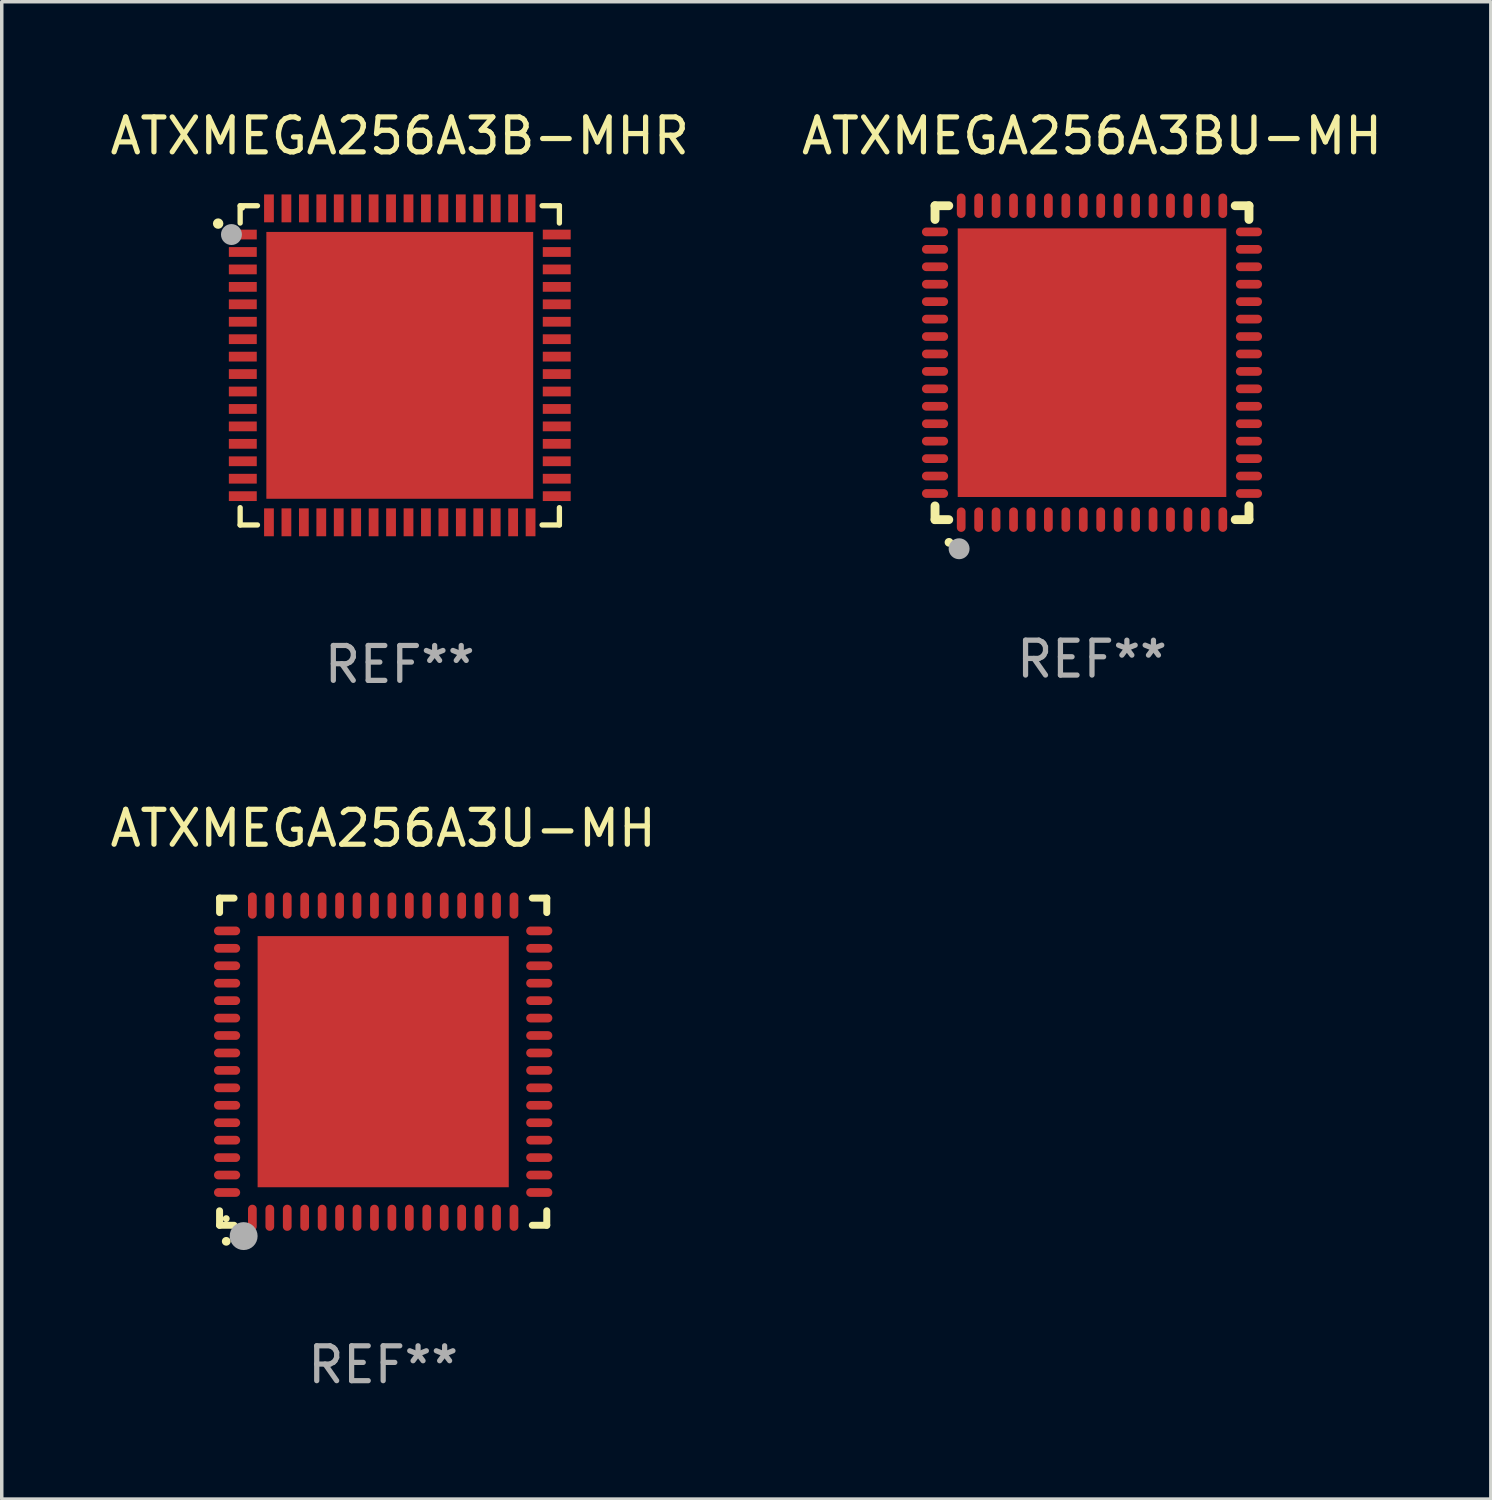
<source format=kicad_pcb>
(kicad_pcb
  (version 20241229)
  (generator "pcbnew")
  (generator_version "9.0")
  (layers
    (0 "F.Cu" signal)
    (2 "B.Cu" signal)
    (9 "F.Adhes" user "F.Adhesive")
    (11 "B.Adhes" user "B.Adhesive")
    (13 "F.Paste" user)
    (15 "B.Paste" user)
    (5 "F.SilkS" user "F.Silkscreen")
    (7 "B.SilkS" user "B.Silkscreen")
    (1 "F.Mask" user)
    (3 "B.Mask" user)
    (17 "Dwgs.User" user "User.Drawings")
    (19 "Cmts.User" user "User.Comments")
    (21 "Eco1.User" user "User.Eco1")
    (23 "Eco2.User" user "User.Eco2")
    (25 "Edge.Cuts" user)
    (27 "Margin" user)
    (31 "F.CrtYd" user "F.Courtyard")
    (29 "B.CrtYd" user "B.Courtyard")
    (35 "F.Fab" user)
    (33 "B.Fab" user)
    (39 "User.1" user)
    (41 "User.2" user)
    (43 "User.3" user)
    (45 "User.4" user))
  (footprint "ATXMEGA256A3B-MHR"
    (layer "F.Cu")
    (at 8.411 7.424)
    (property "Reference" "ATXMEGA256A3B-MHR" (at 0 -6.576 0) (layer "F.SilkS") (effects (font (size 1 1) (thickness 0.15))))
    (attr through_hole)
    (fp_line (start -4.576 -4.576) (end -4.576 -4.08) (stroke (width 0.152) (type solid)) (layer "F.SilkS"))
    (fp_line (start -4.576 4.576) (end -4.576 4.08) (stroke (width 0.152) (type solid)) (layer "F.SilkS"))
    (fp_line (start -4.08 -4.576) (end -4.576 -4.576) (stroke (width 0.152) (type solid)) (layer "F.SilkS"))
    (fp_line (start -4.08 4.576) (end -4.576 4.576) (stroke (width 0.152) (type solid)) (layer "F.SilkS"))
    (fp_line (start 4.08 -4.576) (end 4.576 -4.576) (stroke (width 0.152) (type solid)) (layer "F.SilkS"))
    (fp_line (start 4.08 4.576) (end 4.576 4.576) (stroke (width 0.152) (type solid)) (layer "F.SilkS"))
    (fp_line (start 4.576 -4.576) (end 4.576 -4.08) (stroke (width 0.152) (type solid)) (layer "F.SilkS"))
    (fp_line (start 4.576 4.576) (end 4.576 4.08) (stroke (width 0.152) (type solid)) (layer "F.SilkS"))
    (fp_circle (center -5.207 -4.064) (end -5.132 -4.064) (stroke (width 0.15) (type solid)) (fill no) (layer "F.SilkS"))
    (fp_circle (center -4.5 -4.5) (end -4.47 -4.5) (stroke (width 0.06) (type solid)) (fill no) (layer "F.SilkS"))
    (fp_circle (center -4.826 -3.75) (end -4.676 -3.75) (stroke (width 0.3) (type solid)) (fill no) (layer "F.Fab"))
    (fp_text user "REF**" (at 0 8.576 0) (layer "F.Fab") (effects (font (size 1 1) (thickness 0.15))))
    (pad "1" smd rect (at -4.5 -3.75) (size 0.8 0.28) (layers "F.Cu" "F.Mask" "F.Paste"))
    (pad "2" smd rect (at -4.5 -3.25) (size 0.8 0.28) (layers "F.Cu" "F.Mask" "F.Paste"))
    (pad "3" smd rect (at -4.5 -2.75) (size 0.8 0.28) (layers "F.Cu" "F.Mask" "F.Paste"))
    (pad "4" smd rect (at -4.5 -2.25) (size 0.8 0.28) (layers "F.Cu" "F.Mask" "F.Paste"))
    (pad "5" smd rect (at -4.5 -1.75) (size 0.8 0.28) (layers "F.Cu" "F.Mask" "F.Paste"))
    (pad "6" smd rect (at -4.5 -1.25) (size 0.8 0.28) (layers "F.Cu" "F.Mask" "F.Paste"))
    (pad "7" smd rect (at -4.5 -0.75) (size 0.8 0.28) (layers "F.Cu" "F.Mask" "F.Paste"))
    (pad "8" smd rect (at -4.5 -0.25) (size 0.8 0.28) (layers "F.Cu" "F.Mask" "F.Paste"))
    (pad "9" smd rect (at -4.5 0.25) (size 0.8 0.28) (layers "F.Cu" "F.Mask" "F.Paste"))
    (pad "10" smd rect (at -4.5 0.75) (size 0.8 0.28) (layers "F.Cu" "F.Mask" "F.Paste"))
    (pad "11" smd rect (at -4.5 1.25) (size 0.8 0.28) (layers "F.Cu" "F.Mask" "F.Paste"))
    (pad "12" smd rect (at -4.5 1.75) (size 0.8 0.28) (layers "F.Cu" "F.Mask" "F.Paste"))
    (pad "13" smd rect (at -4.5 2.25) (size 0.8 0.28) (layers "F.Cu" "F.Mask" "F.Paste"))
    (pad "14" smd rect (at -4.5 2.75) (size 0.8 0.28) (layers "F.Cu" "F.Mask" "F.Paste"))
    (pad "15" smd rect (at -4.5 3.25) (size 0.8 0.28) (layers "F.Cu" "F.Mask" "F.Paste"))
    (pad "16" smd rect (at -4.5 3.75) (size 0.8 0.28) (layers "F.Cu" "F.Mask" "F.Paste"))
    (pad "17" smd rect (at -3.75 4.5) (size 0.28 0.8) (layers "F.Cu" "F.Mask" "F.Paste"))
    (pad "18" smd rect (at -3.25 4.5) (size 0.28 0.8) (layers "F.Cu" "F.Mask" "F.Paste"))
    (pad "19" smd rect (at -2.75 4.5) (size 0.28 0.8) (layers "F.Cu" "F.Mask" "F.Paste"))
    (pad "20" smd rect (at -2.25 4.5) (size 0.28 0.8) (layers "F.Cu" "F.Mask" "F.Paste"))
    (pad "21" smd rect (at -1.75 4.5) (size 0.28 0.8) (layers "F.Cu" "F.Mask" "F.Paste"))
    (pad "22" smd rect (at -1.25 4.5) (size 0.28 0.8) (layers "F.Cu" "F.Mask" "F.Paste"))
    (pad "23" smd rect (at -0.75 4.5) (size 0.28 0.8) (layers "F.Cu" "F.Mask" "F.Paste"))
    (pad "24" smd rect (at -0.25 4.5) (size 0.28 0.8) (layers "F.Cu" "F.Mask" "F.Paste"))
    (pad "25" smd rect (at 0.25 4.5) (size 0.28 0.8) (layers "F.Cu" "F.Mask" "F.Paste"))
    (pad "26" smd rect (at 0.75 4.5) (size 0.28 0.8) (layers "F.Cu" "F.Mask" "F.Paste"))
    (pad "27" smd rect (at 1.25 4.5) (size 0.28 0.8) (layers "F.Cu" "F.Mask" "F.Paste"))
    (pad "28" smd rect (at 1.75 4.5) (size 0.28 0.8) (layers "F.Cu" "F.Mask" "F.Paste"))
    (pad "29" smd rect (at 2.25 4.5) (size 0.28 0.8) (layers "F.Cu" "F.Mask" "F.Paste"))
    (pad "30" smd rect (at 2.75 4.5) (size 0.28 0.8) (layers "F.Cu" "F.Mask" "F.Paste"))
    (pad "31" smd rect (at 3.25 4.5) (size 0.28 0.8) (layers "F.Cu" "F.Mask" "F.Paste"))
    (pad "32" smd rect (at 3.75 4.5) (size 0.28 0.8) (layers "F.Cu" "F.Mask" "F.Paste"))
    (pad "33" smd rect (at 4.5 3.75) (size 0.8 0.28) (layers "F.Cu" "F.Mask" "F.Paste"))
    (pad "34" smd rect (at 4.5 3.25) (size 0.8 0.28) (layers "F.Cu" "F.Mask" "F.Paste"))
    (pad "35" smd rect (at 4.5 2.75) (size 0.8 0.28) (layers "F.Cu" "F.Mask" "F.Paste"))
    (pad "36" smd rect (at 4.5 2.25) (size 0.8 0.28) (layers "F.Cu" "F.Mask" "F.Paste"))
    (pad "37" smd rect (at 4.5 1.75) (size 0.8 0.28) (layers "F.Cu" "F.Mask" "F.Paste"))
    (pad "38" smd rect (at 4.5 1.25) (size 0.8 0.28) (layers "F.Cu" "F.Mask" "F.Paste"))
    (pad "39" smd rect (at 4.5 0.75) (size 0.8 0.28) (layers "F.Cu" "F.Mask" "F.Paste"))
    (pad "40" smd rect (at 4.5 0.25) (size 0.8 0.28) (layers "F.Cu" "F.Mask" "F.Paste"))
    (pad "41" smd rect (at 4.5 -0.25) (size 0.8 0.28) (layers "F.Cu" "F.Mask" "F.Paste"))
    (pad "42" smd rect (at 4.5 -0.75) (size 0.8 0.28) (layers "F.Cu" "F.Mask" "F.Paste"))
    (pad "43" smd rect (at 4.5 -1.25) (size 0.8 0.28) (layers "F.Cu" "F.Mask" "F.Paste"))
    (pad "44" smd rect (at 4.5 -1.75) (size 0.8 0.28) (layers "F.Cu" "F.Mask" "F.Paste"))
    (pad "45" smd rect (at 4.5 -2.25) (size 0.8 0.28) (layers "F.Cu" "F.Mask" "F.Paste"))
    (pad "46" smd rect (at 4.5 -2.75) (size 0.8 0.28) (layers "F.Cu" "F.Mask" "F.Paste"))
    (pad "47" smd rect (at 4.5 -3.25) (size 0.8 0.28) (layers "F.Cu" "F.Mask" "F.Paste"))
    (pad "48" smd rect (at 4.5 -3.75) (size 0.8 0.28) (layers "F.Cu" "F.Mask" "F.Paste"))
    (pad "49" smd rect (at 3.75 -4.5) (size 0.28 0.8) (layers "F.Cu" "F.Mask" "F.Paste"))
    (pad "50" smd rect (at 3.25 -4.5) (size 0.28 0.8) (layers "F.Cu" "F.Mask" "F.Paste"))
    (pad "51" smd rect (at 2.75 -4.5) (size 0.28 0.8) (layers "F.Cu" "F.Mask" "F.Paste"))
    (pad "52" smd rect (at 2.25 -4.5) (size 0.28 0.8) (layers "F.Cu" "F.Mask" "F.Paste"))
    (pad "53" smd rect (at 1.75 -4.5) (size 0.28 0.8) (layers "F.Cu" "F.Mask" "F.Paste"))
    (pad "54" smd rect (at 1.25 -4.5) (size 0.28 0.8) (layers "F.Cu" "F.Mask" "F.Paste"))
    (pad "55" smd rect (at 0.75 -4.5) (size 0.28 0.8) (layers "F.Cu" "F.Mask" "F.Paste"))
    (pad "56" smd rect (at 0.25 -4.5) (size 0.28 0.8) (layers "F.Cu" "F.Mask" "F.Paste"))
    (pad "57" smd rect (at -0.25 -4.5) (size 0.28 0.8) (layers "F.Cu" "F.Mask" "F.Paste"))
    (pad "58" smd rect (at -0.75 -4.5) (size 0.28 0.8) (layers "F.Cu" "F.Mask" "F.Paste"))
    (pad "59" smd rect (at -1.25 -4.5) (size 0.28 0.8) (layers "F.Cu" "F.Mask" "F.Paste"))
    (pad "60" smd rect (at -1.75 -4.5) (size 0.28 0.8) (layers "F.Cu" "F.Mask" "F.Paste"))
    (pad "61" smd rect (at -2.25 -4.5) (size 0.28 0.8) (layers "F.Cu" "F.Mask" "F.Paste"))
    (pad "62" smd rect (at -2.75 -4.5) (size 0.28 0.8) (layers "F.Cu" "F.Mask" "F.Paste"))
    (pad "63" smd rect (at -3.25 -4.5) (size 0.28 0.8) (layers "F.Cu" "F.Mask" "F.Paste"))
    (pad "64" smd rect (at -3.75 -4.5) (size 0.28 0.8) (layers "F.Cu" "F.Mask" "F.Paste"))
    (pad "65" smd rect (at 0 0) (size 7.65 7.65) (layers "F.Cu" "F.Mask" "F.Paste")))
  (footprint "ATXMEGA256A3U-MH"
    (layer "F.Cu")
    (at 7.935 27.387)
    (property "Reference" "ATXMEGA256A3U-MH" (at 0 -6.69 0) (layer "F.SilkS") (effects (font (size 1 1) (thickness 0.15))))
    (attr through_hole)
    (fp_line (start -4.69 -4.69) (end -4.275 -4.69) (stroke (width 0.2) (type solid)) (layer "F.SilkS"))
    (fp_line (start -4.69 -4.275) (end -4.69 -4.69) (stroke (width 0.2) (type solid)) (layer "F.SilkS"))
    (fp_line (start -4.69 4.69) (end -4.69 4.275) (stroke (width 0.2) (type solid)) (layer "F.SilkS"))
    (fp_line (start -4.275 4.69) (end -4.69 4.69) (stroke (width 0.2) (type solid)) (layer "F.SilkS"))
    (fp_line (start 4.275 4.69) (end 4.69 4.69) (stroke (width 0.2) (type solid)) (layer "F.SilkS"))
    (fp_line (start 4.69 -4.69) (end 4.275 -4.69) (stroke (width 0.2) (type solid)) (layer "F.SilkS"))
    (fp_line (start 4.69 -4.275) (end 4.69 -4.69) (stroke (width 0.2) (type solid)) (layer "F.SilkS"))
    (fp_line (start 4.69 4.69) (end 4.69 4.275) (stroke (width 0.2) (type solid)) (layer "F.SilkS"))
    (fp_arc (start -4.499886 5.15) (mid -4.498616 5.149994) (end -4.497346 5.15) (stroke (width 0.24892) (type solid)) (layer "F.SilkS"))
    (fp_circle (center -4.5 4.5) (end -4.45 4.5) (stroke (width 0.1) (type solid)) (fill no) (layer "F.SilkS"))
    (fp_circle (center -4 5) (end -3.8 5) (stroke (width 0.4) (type solid)) (fill no) (layer "F.Fab"))
    (fp_text user "REF**" (at 0 8.69 0) (layer "F.Fab") (effects (font (size 1 1) (thickness 0.15))))
    (pad "1" smd oval (at -3.75 4.475) (size 0.25 0.75) (layers "F.Cu" "F.Mask" "F.Paste"))
    (pad "2" smd oval (at -3.25 4.475) (size 0.25 0.75) (layers "F.Cu" "F.Mask" "F.Paste"))
    (pad "3" smd oval (at -2.75 4.475) (size 0.25 0.75) (layers "F.Cu" "F.Mask" "F.Paste"))
    (pad "4" smd oval (at -2.25 4.475) (size 0.25 0.75) (layers "F.Cu" "F.Mask" "F.Paste"))
    (pad "5" smd oval (at -1.75 4.475) (size 0.25 0.75) (layers "F.Cu" "F.Mask" "F.Paste"))
    (pad "6" smd oval (at -1.25 4.475) (size 0.25 0.75) (layers "F.Cu" "F.Mask" "F.Paste"))
    (pad "7" smd oval (at -0.75 4.475) (size 0.25 0.75) (layers "F.Cu" "F.Mask" "F.Paste"))
    (pad "8" smd oval (at -0.25 4.475) (size 0.25 0.75) (layers "F.Cu" "F.Mask" "F.Paste"))
    (pad "9" smd oval (at 0.25 4.475) (size 0.25 0.75) (layers "F.Cu" "F.Mask" "F.Paste"))
    (pad "10" smd oval (at 0.75 4.475) (size 0.25 0.75) (layers "F.Cu" "F.Mask" "F.Paste"))
    (pad "11" smd oval (at 1.25 4.475) (size 0.25 0.75) (layers "F.Cu" "F.Mask" "F.Paste"))
    (pad "12" smd oval (at 1.75 4.475) (size 0.25 0.75) (layers "F.Cu" "F.Mask" "F.Paste"))
    (pad "13" smd oval (at 2.25 4.475) (size 0.25 0.75) (layers "F.Cu" "F.Mask" "F.Paste"))
    (pad "14" smd oval (at 2.75 4.475) (size 0.25 0.75) (layers "F.Cu" "F.Mask" "F.Paste"))
    (pad "15" smd oval (at 3.25 4.475) (size 0.25 0.75) (layers "F.Cu" "F.Mask" "F.Paste"))
    (pad "16" smd oval (at 3.75 4.475) (size 0.25 0.75) (layers "F.Cu" "F.Mask" "F.Paste"))
    (pad "17" smd oval (at 4.475 3.75) (size 0.75 0.25) (layers "F.Cu" "F.Mask" "F.Paste"))
    (pad "18" smd oval (at 4.475 3.25) (size 0.75 0.25) (layers "F.Cu" "F.Mask" "F.Paste"))
    (pad "19" smd oval (at 4.475 2.75) (size 0.75 0.25) (layers "F.Cu" "F.Mask" "F.Paste"))
    (pad "20" smd oval (at 4.475 2.25) (size 0.75 0.25) (layers "F.Cu" "F.Mask" "F.Paste"))
    (pad "21" smd oval (at 4.475 1.75) (size 0.75 0.25) (layers "F.Cu" "F.Mask" "F.Paste"))
    (pad "22" smd oval (at 4.475 1.25) (size 0.75 0.25) (layers "F.Cu" "F.Mask" "F.Paste"))
    (pad "23" smd oval (at 4.475 0.75) (size 0.75 0.25) (layers "F.Cu" "F.Mask" "F.Paste"))
    (pad "24" smd oval (at 4.475 0.25) (size 0.75 0.25) (layers "F.Cu" "F.Mask" "F.Paste"))
    (pad "25" smd oval (at 4.475 -0.25) (size 0.75 0.25) (layers "F.Cu" "F.Mask" "F.Paste"))
    (pad "26" smd oval (at 4.475 -0.75) (size 0.75 0.25) (layers "F.Cu" "F.Mask" "F.Paste"))
    (pad "27" smd oval (at 4.475 -1.25) (size 0.75 0.25) (layers "F.Cu" "F.Mask" "F.Paste"))
    (pad "28" smd oval (at 4.475 -1.75) (size 0.75 0.25) (layers "F.Cu" "F.Mask" "F.Paste"))
    (pad "29" smd oval (at 4.475 -2.25) (size 0.75 0.25) (layers "F.Cu" "F.Mask" "F.Paste"))
    (pad "30" smd oval (at 4.475 -2.75) (size 0.75 0.25) (layers "F.Cu" "F.Mask" "F.Paste"))
    (pad "31" smd oval (at 4.475 -3.25) (size 0.75 0.25) (layers "F.Cu" "F.Mask" "F.Paste"))
    (pad "32" smd oval (at 4.475 -3.75) (size 0.75 0.25) (layers "F.Cu" "F.Mask" "F.Paste"))
    (pad "33" smd oval (at 3.75 -4.475) (size 0.25 0.75) (layers "F.Cu" "F.Mask" "F.Paste"))
    (pad "34" smd oval (at 3.25 -4.475) (size 0.25 0.75) (layers "F.Cu" "F.Mask" "F.Paste"))
    (pad "35" smd oval (at 2.75 -4.475) (size 0.25 0.75) (layers "F.Cu" "F.Mask" "F.Paste"))
    (pad "36" smd oval (at 2.25 -4.475) (size 0.25 0.75) (layers "F.Cu" "F.Mask" "F.Paste"))
    (pad "37" smd oval (at 1.75 -4.475) (size 0.25 0.75) (layers "F.Cu" "F.Mask" "F.Paste"))
    (pad "38" smd oval (at 1.25 -4.475) (size 0.25 0.75) (layers "F.Cu" "F.Mask" "F.Paste"))
    (pad "39" smd oval (at 0.75 -4.475) (size 0.25 0.75) (layers "F.Cu" "F.Mask" "F.Paste"))
    (pad "40" smd oval (at 0.25 -4.475) (size 0.25 0.75) (layers "F.Cu" "F.Mask" "F.Paste"))
    (pad "41" smd oval (at -0.25 -4.475) (size 0.25 0.75) (layers "F.Cu" "F.Mask" "F.Paste"))
    (pad "42" smd oval (at -0.75 -4.475) (size 0.25 0.75) (layers "F.Cu" "F.Mask" "F.Paste"))
    (pad "43" smd oval (at -1.25 -4.475) (size 0.25 0.75) (layers "F.Cu" "F.Mask" "F.Paste"))
    (pad "44" smd oval (at -1.75 -4.475) (size 0.25 0.75) (layers "F.Cu" "F.Mask" "F.Paste"))
    (pad "45" smd oval (at -2.25 -4.475) (size 0.25 0.75) (layers "F.Cu" "F.Mask" "F.Paste"))
    (pad "46" smd oval (at -2.75 -4.475) (size 0.25 0.75) (layers "F.Cu" "F.Mask" "F.Paste"))
    (pad "47" smd oval (at -3.25 -4.475) (size 0.25 0.75) (layers "F.Cu" "F.Mask" "F.Paste"))
    (pad "48" smd oval (at -3.75 -4.475) (size 0.25 0.75) (layers "F.Cu" "F.Mask" "F.Paste"))
    (pad "49" smd oval (at -4.475 -3.75) (size 0.75 0.25) (layers "F.Cu" "F.Mask" "F.Paste"))
    (pad "50" smd oval (at -4.475 -3.25) (size 0.75 0.25) (layers "F.Cu" "F.Mask" "F.Paste"))
    (pad "51" smd oval (at -4.475 -2.75) (size 0.75 0.25) (layers "F.Cu" "F.Mask" "F.Paste"))
    (pad "52" smd oval (at -4.475 -2.25) (size 0.75 0.25) (layers "F.Cu" "F.Mask" "F.Paste"))
    (pad "53" smd oval (at -4.475 -1.75) (size 0.75 0.25) (layers "F.Cu" "F.Mask" "F.Paste"))
    (pad "54" smd oval (at -4.475 -1.25) (size 0.75 0.25) (layers "F.Cu" "F.Mask" "F.Paste"))
    (pad "55" smd oval (at -4.475 -0.75) (size 0.75 0.25) (layers "F.Cu" "F.Mask" "F.Paste"))
    (pad "56" smd oval (at -4.475 -0.25) (size 0.75 0.25) (layers "F.Cu" "F.Mask" "F.Paste"))
    (pad "57" smd oval (at -4.475 0.25) (size 0.75 0.25) (layers "F.Cu" "F.Mask" "F.Paste"))
    (pad "58" smd oval (at -4.475 0.75) (size 0.75 0.25) (layers "F.Cu" "F.Mask" "F.Paste"))
    (pad "59" smd oval (at -4.475 1.25) (size 0.75 0.25) (layers "F.Cu" "F.Mask" "F.Paste"))
    (pad "60" smd oval (at -4.475 1.75) (size 0.75 0.25) (layers "F.Cu" "F.Mask" "F.Paste"))
    (pad "61" smd oval (at -4.475 2.25) (size 0.75 0.25) (layers "F.Cu" "F.Mask" "F.Paste"))
    (pad "62" smd oval (at -4.475 2.75) (size 0.75 0.25) (layers "F.Cu" "F.Mask" "F.Paste"))
    (pad "63" smd oval (at -4.475 3.25) (size 0.75 0.25) (layers "F.Cu" "F.Mask" "F.Paste"))
    (pad "64" smd oval (at -4.475 3.75) (size 0.75 0.25) (layers "F.Cu" "F.Mask" "F.Paste"))
    (pad "65" smd rect (at 0.000368 0.000013) (size 7.2 7.2) (layers "F.Cu" "F.Mask" "F.Paste")))
  (footprint "ATXMEGA256A3BU-MH"
    (layer "F.Cu")
    (at 28.256 7.348)
    (property "Reference" "ATXMEGA256A3BU-MH" (at 0 -6.5 0) (layer "F.SilkS") (effects (font (size 1 1) (thickness 0.15))))
    (attr through_hole)
    (fp_line (start -4.5 -4.5) (end -4.106 -4.5) (stroke (width 0.254) (type solid)) (layer "F.SilkS"))
    (fp_line (start -4.5 -4.106) (end -4.5 -4.5) (stroke (width 0.254) (type solid)) (layer "F.SilkS"))
    (fp_line (start -4.5 4.5) (end -4.5 4.106) (stroke (width 0.254) (type solid)) (layer "F.SilkS"))
    (fp_line (start -4.106 4.5) (end -4.5 4.5) (stroke (width 0.254) (type solid)) (layer "F.SilkS"))
    (fp_line (start 4.106 -4.5) (end 4.5 -4.5) (stroke (width 0.254) (type solid)) (layer "F.SilkS"))
    (fp_line (start 4.5 -4.5) (end 4.5 -4.106) (stroke (width 0.254) (type solid)) (layer "F.SilkS"))
    (fp_line (start 4.5 4.106) (end 4.5 4.5) (stroke (width 0.254) (type solid)) (layer "F.SilkS"))
    (fp_line (start 4.5 4.5) (end 4.106 4.5) (stroke (width 0.254) (type solid)) (layer "F.SilkS"))
    (fp_arc (start -4.099987 5.149898) (mid -4.098717 5.149892) (end -4.097447 5.149898) (stroke (width 0.24892) (type solid)) (layer "F.SilkS"))
    (fp_circle (center -4.5 4.5) (end -4.47 4.5) (stroke (width 0.06) (type solid)) (fill no) (layer "F.SilkS"))
    (fp_circle (center -3.81 5.334) (end -3.66 5.334) (stroke (width 0.3) (type solid)) (fill no) (layer "F.Fab"))
    (fp_text user "REF**" (at 0 8.5 0) (layer "F.Fab") (effects (font (size 1 1) (thickness 0.15))))
    (pad "1" smd oval (at -3.75 4.5) (size 0.25 0.7) (layers "F.Cu" "F.Mask" "F.Paste"))
    (pad "2" smd oval (at -3.25 4.5) (size 0.25 0.7) (layers "F.Cu" "F.Mask" "F.Paste"))
    (pad "3" smd oval (at -2.75 4.5) (size 0.25 0.7) (layers "F.Cu" "F.Mask" "F.Paste"))
    (pad "4" smd oval (at -2.25 4.5) (size 0.25 0.7) (layers "F.Cu" "F.Mask" "F.Paste"))
    (pad "5" smd oval (at -1.75 4.5) (size 0.25 0.7) (layers "F.Cu" "F.Mask" "F.Paste"))
    (pad "6" smd oval (at -1.25 4.5) (size 0.25 0.7) (layers "F.Cu" "F.Mask" "F.Paste"))
    (pad "7" smd oval (at -0.75 4.5) (size 0.25 0.7) (layers "F.Cu" "F.Mask" "F.Paste"))
    (pad "8" smd oval (at -0.25 4.5) (size 0.25 0.7) (layers "F.Cu" "F.Mask" "F.Paste"))
    (pad "9" smd oval (at 0.25 4.5) (size 0.25 0.7) (layers "F.Cu" "F.Mask" "F.Paste"))
    (pad "10" smd oval (at 0.75 4.5) (size 0.25 0.7) (layers "F.Cu" "F.Mask" "F.Paste"))
    (pad "11" smd oval (at 1.25 4.5) (size 0.25 0.7) (layers "F.Cu" "F.Mask" "F.Paste"))
    (pad "12" smd oval (at 1.75 4.5) (size 0.25 0.7) (layers "F.Cu" "F.Mask" "F.Paste"))
    (pad "13" smd oval (at 2.25 4.5) (size 0.25 0.7) (layers "F.Cu" "F.Mask" "F.Paste"))
    (pad "14" smd oval (at 2.75 4.5) (size 0.25 0.7) (layers "F.Cu" "F.Mask" "F.Paste"))
    (pad "15" smd oval (at 3.25 4.5) (size 0.25 0.7) (layers "F.Cu" "F.Mask" "F.Paste"))
    (pad "16" smd oval (at 3.75 4.5) (size 0.25 0.7) (layers "F.Cu" "F.Mask" "F.Paste"))
    (pad "17" smd oval (at 4.5 3.75) (size 0.75 0.25) (layers "F.Cu" "F.Mask" "F.Paste"))
    (pad "18" smd oval (at 4.5 3.25) (size 0.75 0.25) (layers "F.Cu" "F.Mask" "F.Paste"))
    (pad "19" smd oval (at 4.5 2.75) (size 0.75 0.25) (layers "F.Cu" "F.Mask" "F.Paste"))
    (pad "20" smd oval (at 4.5 2.25) (size 0.75 0.25) (layers "F.Cu" "F.Mask" "F.Paste"))
    (pad "21" smd oval (at 4.5 1.75) (size 0.75 0.25) (layers "F.Cu" "F.Mask" "F.Paste"))
    (pad "22" smd oval (at 4.5 1.25) (size 0.75 0.25) (layers "F.Cu" "F.Mask" "F.Paste"))
    (pad "23" smd oval (at 4.5 0.75) (size 0.75 0.25) (layers "F.Cu" "F.Mask" "F.Paste"))
    (pad "24" smd oval (at 4.5 0.25) (size 0.75 0.25) (layers "F.Cu" "F.Mask" "F.Paste"))
    (pad "25" smd oval (at 4.5 -0.25) (size 0.75 0.25) (layers "F.Cu" "F.Mask" "F.Paste"))
    (pad "26" smd oval (at 4.5 -0.75) (size 0.75 0.25) (layers "F.Cu" "F.Mask" "F.Paste"))
    (pad "27" smd oval (at 4.5 -1.25) (size 0.75 0.25) (layers "F.Cu" "F.Mask" "F.Paste"))
    (pad "28" smd oval (at 4.5 -1.75) (size 0.75 0.25) (layers "F.Cu" "F.Mask" "F.Paste"))
    (pad "29" smd oval (at 4.5 -2.25) (size 0.75 0.25) (layers "F.Cu" "F.Mask" "F.Paste"))
    (pad "30" smd oval (at 4.5 -2.75) (size 0.75 0.25) (layers "F.Cu" "F.Mask" "F.Paste"))
    (pad "31" smd oval (at 4.5 -3.25) (size 0.75 0.25) (layers "F.Cu" "F.Mask" "F.Paste"))
    (pad "32" smd oval (at 4.5 -3.75) (size 0.75 0.25) (layers "F.Cu" "F.Mask" "F.Paste"))
    (pad "33" smd oval (at 3.75 -4.5) (size 0.25 0.7) (layers "F.Cu" "F.Mask" "F.Paste"))
    (pad "34" smd oval (at 3.25 -4.5) (size 0.25 0.7) (layers "F.Cu" "F.Mask" "F.Paste"))
    (pad "35" smd oval (at 2.75 -4.5) (size 0.25 0.7) (layers "F.Cu" "F.Mask" "F.Paste"))
    (pad "36" smd oval (at 2.25 -4.5) (size 0.25 0.7) (layers "F.Cu" "F.Mask" "F.Paste"))
    (pad "37" smd oval (at 1.75 -4.5) (size 0.25 0.7) (layers "F.Cu" "F.Mask" "F.Paste"))
    (pad "38" smd oval (at 1.25 -4.5) (size 0.25 0.7) (layers "F.Cu" "F.Mask" "F.Paste"))
    (pad "39" smd oval (at 0.75 -4.5) (size 0.25 0.7) (layers "F.Cu" "F.Mask" "F.Paste"))
    (pad "40" smd oval (at 0.25 -4.5) (size 0.25 0.7) (layers "F.Cu" "F.Mask" "F.Paste"))
    (pad "41" smd oval (at -0.25 -4.5) (size 0.25 0.7) (layers "F.Cu" "F.Mask" "F.Paste"))
    (pad "42" smd oval (at -0.75 -4.5) (size 0.25 0.7) (layers "F.Cu" "F.Mask" "F.Paste"))
    (pad "43" smd oval (at -1.25 -4.5) (size 0.25 0.7) (layers "F.Cu" "F.Mask" "F.Paste"))
    (pad "44" smd oval (at -1.75 -4.5) (size 0.25 0.7) (layers "F.Cu" "F.Mask" "F.Paste"))
    (pad "45" smd oval (at -2.25 -4.5) (size 0.25 0.7) (layers "F.Cu" "F.Mask" "F.Paste"))
    (pad "46" smd oval (at -2.75 -4.5) (size 0.25 0.7) (layers "F.Cu" "F.Mask" "F.Paste"))
    (pad "47" smd oval (at -3.25 -4.5) (size 0.25 0.7) (layers "F.Cu" "F.Mask" "F.Paste"))
    (pad "48" smd oval (at -3.75 -4.5) (size 0.25 0.7) (layers "F.Cu" "F.Mask" "F.Paste"))
    (pad "49" smd oval (at -4.5 -3.75) (size 0.75 0.25) (layers "F.Cu" "F.Mask" "F.Paste"))
    (pad "50" smd oval (at -4.5 -3.25) (size 0.75 0.25) (layers "F.Cu" "F.Mask" "F.Paste"))
    (pad "51" smd oval (at -4.5 -2.75) (size 0.75 0.25) (layers "F.Cu" "F.Mask" "F.Paste"))
    (pad "52" smd oval (at -4.5 -2.25) (size 0.75 0.25) (layers "F.Cu" "F.Mask" "F.Paste"))
    (pad "53" smd oval (at -4.5 -1.75) (size 0.75 0.25) (layers "F.Cu" "F.Mask" "F.Paste"))
    (pad "54" smd oval (at -4.5 -1.25) (size 0.75 0.25) (layers "F.Cu" "F.Mask" "F.Paste"))
    (pad "55" smd oval (at -4.5 -0.75) (size 0.75 0.25) (layers "F.Cu" "F.Mask" "F.Paste"))
    (pad "56" smd oval (at -4.5 -0.25) (size 0.75 0.25) (layers "F.Cu" "F.Mask" "F.Paste"))
    (pad "57" smd oval (at -4.5 0.25) (size 0.75 0.25) (layers "F.Cu" "F.Mask" "F.Paste"))
    (pad "58" smd oval (at -4.5 0.75) (size 0.75 0.25) (layers "F.Cu" "F.Mask" "F.Paste"))
    (pad "59" smd oval (at -4.5 1.25) (size 0.75 0.25) (layers "F.Cu" "F.Mask" "F.Paste"))
    (pad "60" smd oval (at -4.5 1.75) (size 0.75 0.25) (layers "F.Cu" "F.Mask" "F.Paste"))
    (pad "61" smd oval (at -4.5 2.25) (size 0.75 0.25) (layers "F.Cu" "F.Mask" "F.Paste"))
    (pad "62" smd oval (at -4.5 2.75) (size 0.75 0.25) (layers "F.Cu" "F.Mask" "F.Paste"))
    (pad "63" smd oval (at -4.5 3.25) (size 0.75 0.25) (layers "F.Cu" "F.Mask" "F.Paste"))
    (pad "64" smd oval (at -4.5 3.75) (size 0.75 0.25) (layers "F.Cu" "F.Mask" "F.Paste"))
    (pad "65" smd rect (at 0.000394 -0.000013) (size 7.7 7.7) (layers "F.Cu" "F.Mask" "F.Paste")))
  (gr_rect
    (start -3 -3)
    (end 39.69 39.926)
    (stroke (width 0.1) (type default))
    (fill no)
    (layer "Edge.Cuts")))
</source>
